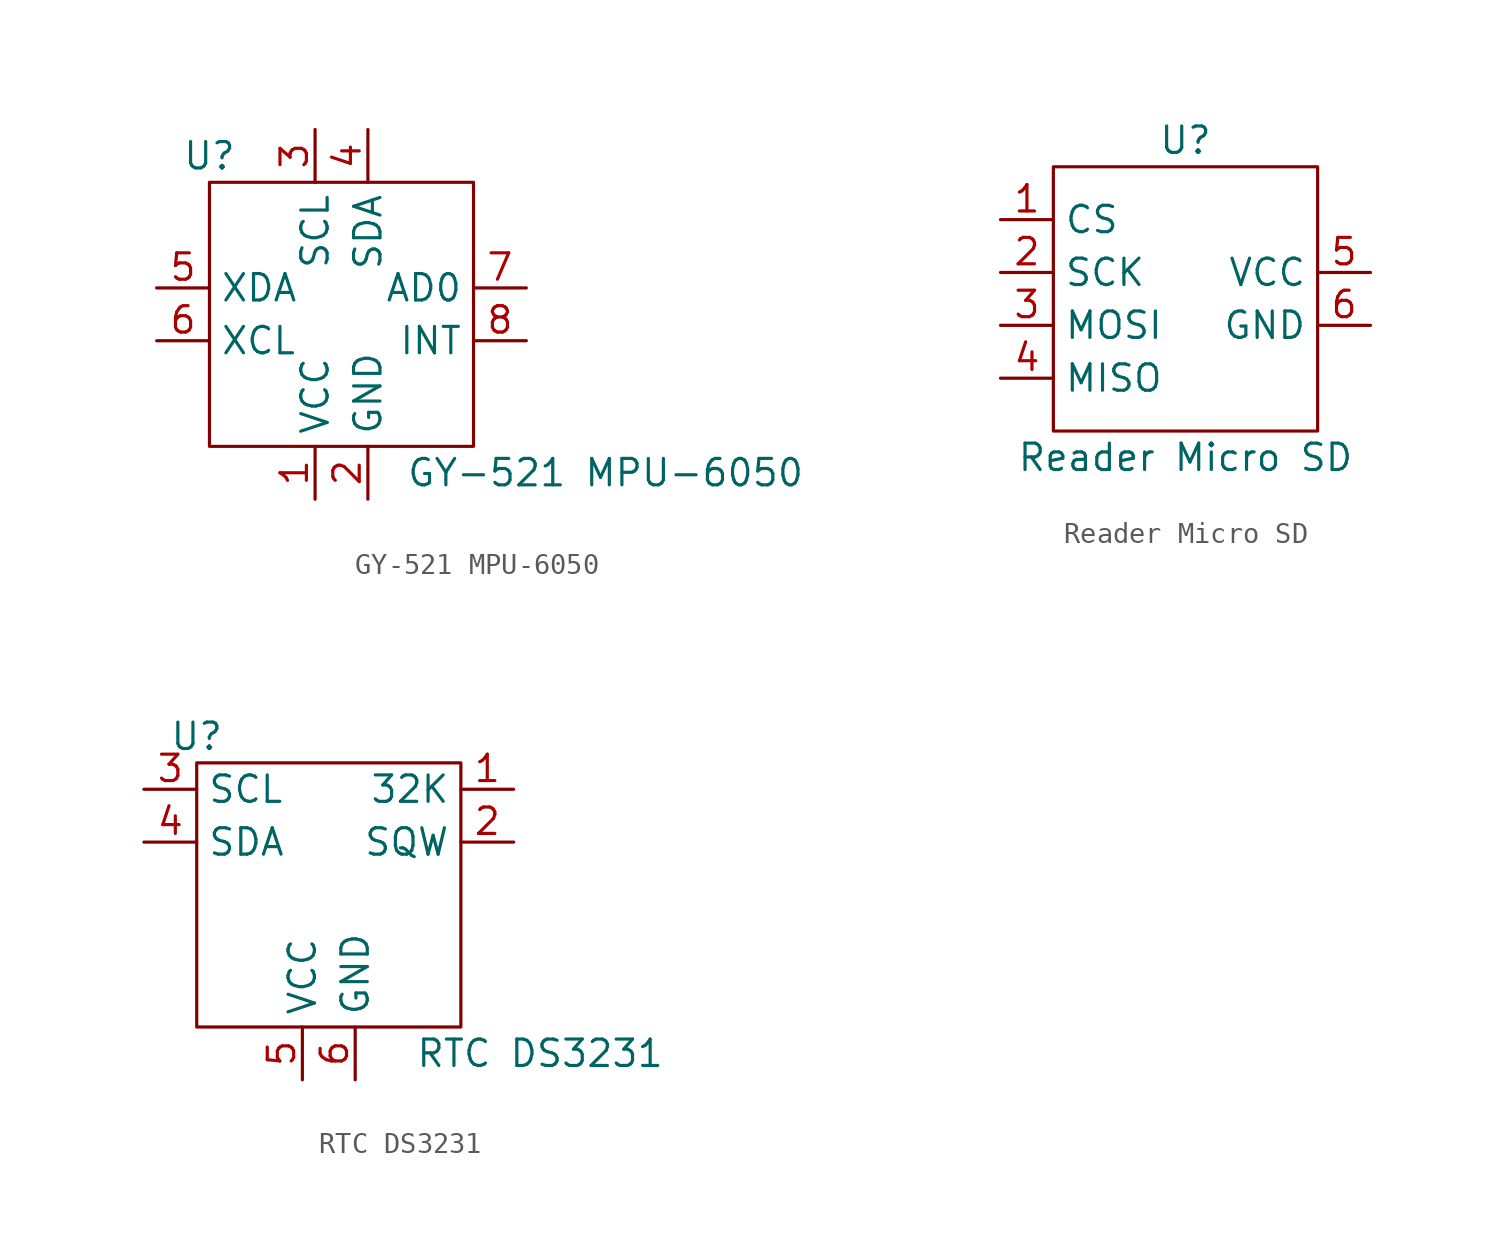
<source format=kicad_sym>
(kicad_symbol_lib
  (version 20211014)
  (generator kicad_symbol_editor)
  (symbol "GY-521 MPU-6050"
    (property "Reference" "U"
      (at -6.35 7.62 0)
      (effects (font (size 1.27 1.27))))
    (property "Value" "GY-521 MPU-6050"
      (at 12.7 -7.62 0)
      (effects (font (size 1.27 1.27))))
    (symbol "GY-521 MPU-6050_0_1"
      (rectangle (start -6.35 6.35) (end 6.35 -6.35) (stroke (width 0) (type default) (color 0 0 0 0)) (fill (type none))))
    (symbol "GY-521 MPU-6050_1_1"
      (pin input line (at -1.27 -8.89 90) (length 2.54) (name "VCC" (effects (font (size 1.27 1.27)))) (number "1" (effects (font (size 1.27 1.27)))))
      (pin input line (at 1.27 -8.89 90) (length 2.54) (name "GND" (effects (font (size 1.27 1.27)))) (number "2" (effects (font (size 1.27 1.27)))))
      (pin input line (at -1.27 8.89 270) (length 2.54) (name "SCL" (effects (font (size 1.27 1.27)))) (number "3" (effects (font (size 1.27 1.27)))))
      (pin input line (at 1.27 8.89 270) (length 2.54) (name "SDA" (effects (font (size 1.27 1.27)))) (number "4" (effects (font (size 1.27 1.27)))))
      (pin input line (at -8.89 1.27 0) (length 2.54) (name "XDA" (effects (font (size 1.27 1.27)))) (number "5" (effects (font (size 1.27 1.27)))))
      (pin input line (at -8.89 -1.27 0) (length 2.54) (name "XCL" (effects (font (size 1.27 1.27)))) (number "6" (effects (font (size 1.27 1.27)))))
      (pin input line (at 8.89 1.27 180) (length 2.54) (name "AD0" (effects (font (size 1.27 1.27)))) (number "7" (effects (font (size 1.27 1.27)))))
      (pin input line (at 8.89 -1.27 180) (length 2.54) (name "INT" (effects (font (size 1.27 1.27)))) (number "8" (effects (font (size 1.27 1.27)))))))
  (symbol "Reader Micro SD"
    (property "Reference" "U"
      (at 0 7.62 0)
      (effects (font (size 1.27 1.27))))
    (property "Value" "Reader Micro SD"
      (at 0 -7.62 0)
      (effects (font (size 1.27 1.27))))
    (symbol "Reader Micro SD_0_1"
      (rectangle (start -6.35 6.35) (end 6.35 -6.35) (stroke (width 0) (type default) (color 0 0 0 0)) (fill (type none))))
    (symbol "Reader Micro SD_1_1"
      (pin input line (at -8.89 3.81 0) (length 2.54) (name "CS" (effects (font (size 1.27 1.27)))) (number "1" (effects (font (size 1.27 1.27)))))
      (pin input line (at -8.89 1.27 0) (length 2.54) (name "SCK" (effects (font (size 1.27 1.27)))) (number "2" (effects (font (size 1.27 1.27)))))
      (pin input line (at -8.89 -1.27 0) (length 2.54) (name "MOSI" (effects (font (size 1.27 1.27)))) (number "3" (effects (font (size 1.27 1.27)))))
      (pin input line (at -8.89 -3.81 0) (length 2.54) (name "MISO" (effects (font (size 1.27 1.27)))) (number "4" (effects (font (size 1.27 1.27)))))
      (pin input line (at 8.89 1.27 180) (length 2.54) (name "VCC" (effects (font (size 1.27 1.27)))) (number "5" (effects (font (size 1.27 1.27)))))
      (pin input line (at 8.89 -1.27 180) (length 2.54) (name "GND" (effects (font (size 1.27 1.27)))) (number "6" (effects (font (size 1.27 1.27)))))))
  (symbol "RTC DS3231"
    (property "Reference" "U"
      (at -6.35 7.62 0)
      (effects (font (size 1.27 1.27))))
    (property "Value" "RTC DS3231"
      (at 10.16 -7.62 0)
      (effects (font (size 1.27 1.27))))
    (symbol "RTC DS3231_0_1"
      (rectangle (start -6.35 6.35) (end 6.35 -6.35) (stroke (width 0) (type default) (color 0 0 0 0)) (fill (type none))))
    (symbol "RTC DS3231_1_1"
      (pin input line (at 8.89 5.08 180) (length 2.54) (name "32K" (effects (font (size 1.27 1.27)))) (number "1" (effects (font (size 1.27 1.27)))))
      (pin input line (at 8.89 2.54 180) (length 2.54) (name "SQW" (effects (font (size 1.27 1.27)))) (number "2" (effects (font (size 1.27 1.27)))))
      (pin input line (at -8.89 5.08 0) (length 2.54) (name "SCL" (effects (font (size 1.27 1.27)))) (number "3" (effects (font (size 1.27 1.27)))))
      (pin input line (at -8.89 2.54 0) (length 2.54) (name "SDA" (effects (font (size 1.27 1.27)))) (number "4" (effects (font (size 1.27 1.27)))))
      (pin input line (at -1.27 -8.89 90) (length 2.54) (name "VCC" (effects (font (size 1.27 1.27)))) (number "5" (effects (font (size 1.27 1.27)))))
      (pin input line (at 1.27 -8.89 90) (length 2.54) (name "GND" (effects (font (size 1.27 1.27)))) (number "6" (effects (font (size 1.27 1.27))))))))
</source>
